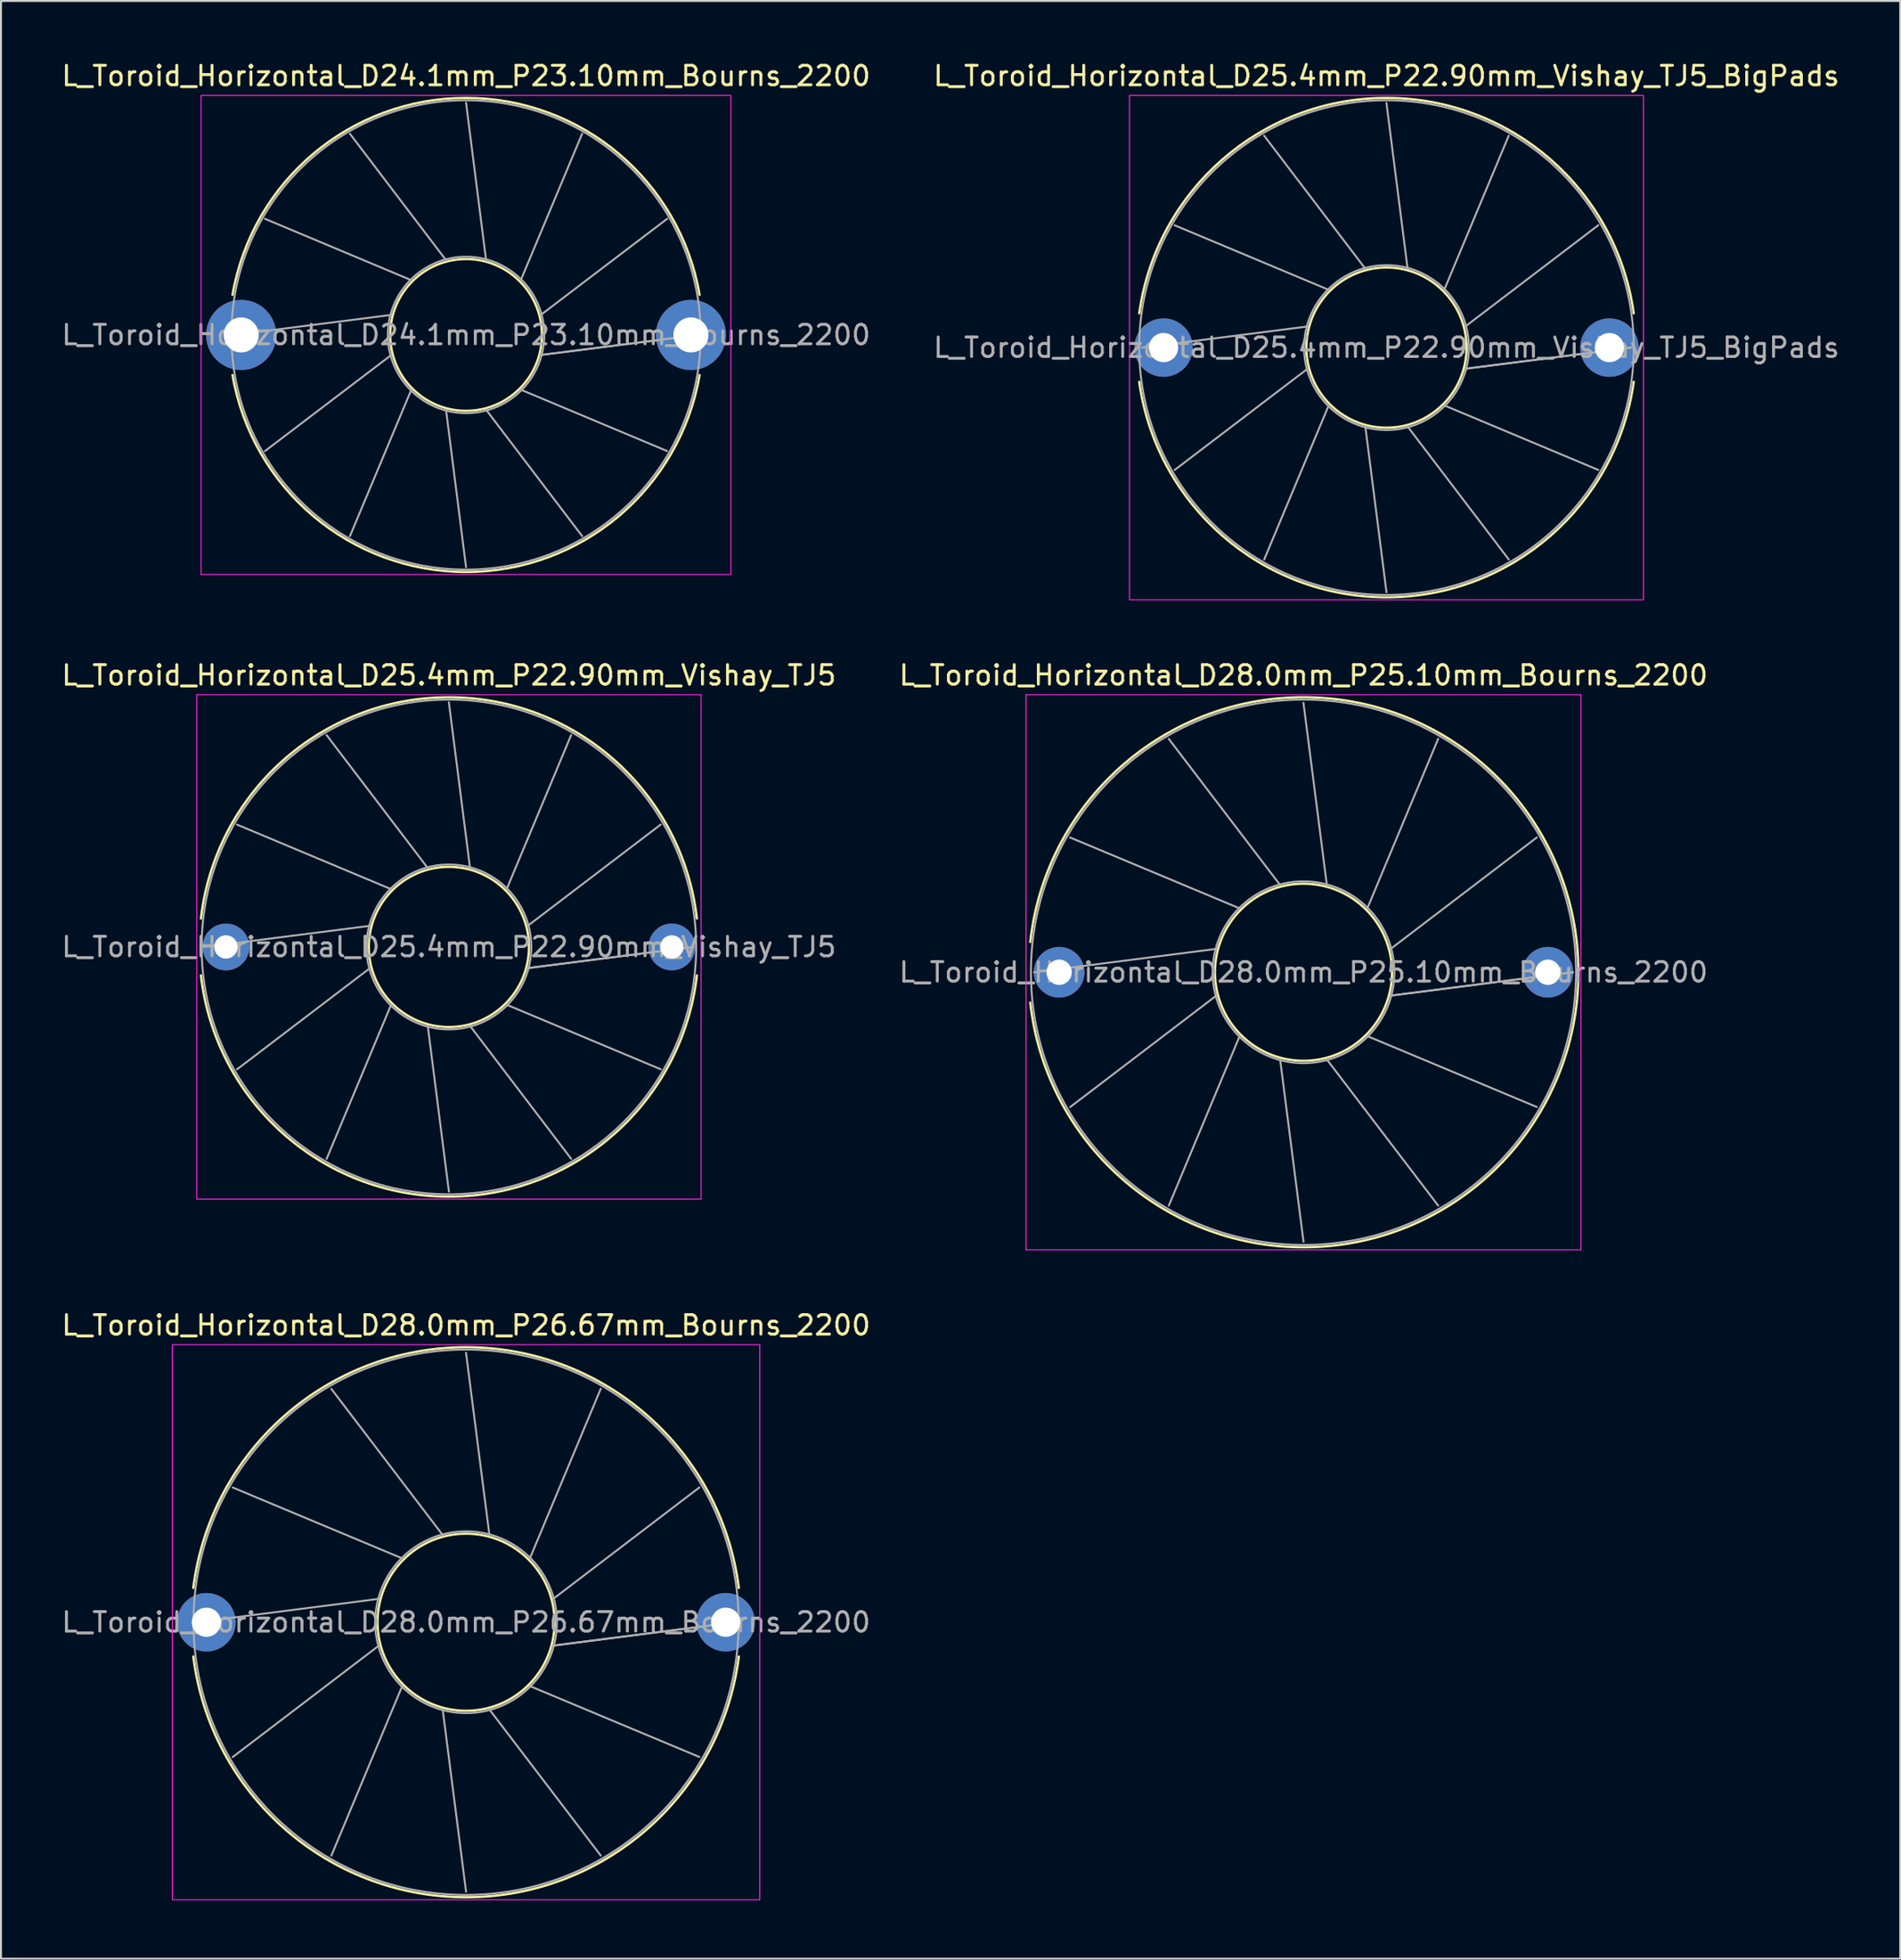
<source format=kicad_pcb>
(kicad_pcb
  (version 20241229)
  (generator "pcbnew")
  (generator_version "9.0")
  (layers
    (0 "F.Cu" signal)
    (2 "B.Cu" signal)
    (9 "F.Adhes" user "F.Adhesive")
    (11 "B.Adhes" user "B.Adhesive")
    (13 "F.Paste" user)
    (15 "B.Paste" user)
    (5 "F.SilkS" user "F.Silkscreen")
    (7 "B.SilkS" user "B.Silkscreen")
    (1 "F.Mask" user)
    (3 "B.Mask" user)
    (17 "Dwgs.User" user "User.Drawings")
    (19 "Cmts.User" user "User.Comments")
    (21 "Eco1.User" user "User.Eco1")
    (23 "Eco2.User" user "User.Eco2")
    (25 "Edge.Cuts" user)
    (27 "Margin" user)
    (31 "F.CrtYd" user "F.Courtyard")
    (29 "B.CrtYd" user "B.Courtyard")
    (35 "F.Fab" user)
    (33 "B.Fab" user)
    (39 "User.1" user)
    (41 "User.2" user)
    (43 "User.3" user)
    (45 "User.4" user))
  (footprint "L_Toroid_Horizontal_D25.4mm_P22.90mm_Vishay_TJ5_BigPads"
    (layer "F.Cu")
    (at 56.711 14.798)
    (property "Reference" "L_Toroid_Horizontal_D25.4mm_P22.90mm_Vishay_TJ5_BigPads" (at 11.45 -13.95 0) (layer "F.SilkS") (effects (font (size 1 1) (thickness 0.15))))
    (attr through_hole)
    (fp_arc (start -1.248614 -1.76) (mid 11.45 -12.82) (end 24.148614 -1.76) (stroke (width 0.12) (type solid)) (layer "F.SilkS"))
    (fp_arc (start 24.148614 1.76) (mid 11.45 12.82) (end -1.248614 1.76) (stroke (width 0.12) (type solid)) (layer "F.SilkS"))
    (fp_circle (center 11.45 0) (end 15.563 0) (stroke (width 0.12) (type solid)) (fill no) (layer "F.SilkS"))
    (fp_rect (start -1.75 -12.95) (end 24.65 12.95) (stroke (width 0.05) (type solid)) (fill no) (layer "F.CrtYd"))
    (fp_line (start -1.114 0.001) (end 7.397 -1.085) (stroke (width 0.1) (type solid)) (layer "F.Fab"))
    (fp_line (start 0.569 -6.281) (end 8.483 -2.966) (stroke (width 0.1) (type solid)) (layer "F.Fab"))
    (fp_line (start 0.57 6.283) (end 7.397 1.086) (stroke (width 0.1) (type solid)) (layer "F.Fab"))
    (fp_line (start 5.167 -10.88) (end 10.364 -4.052) (stroke (width 0.1) (type solid)) (layer "F.Fab"))
    (fp_line (start 5.169 10.881) (end 8.483 2.967) (stroke (width 0.1) (type solid)) (layer "F.Fab"))
    (fp_line (start 11.448 -12.564) (end 12.535 -4.053) (stroke (width 0.1) (type solid)) (layer "F.Fab"))
    (fp_line (start 11.451 12.564) (end 10.364 4.053) (stroke (width 0.1) (type solid)) (layer "F.Fab"))
    (fp_line (start 17.73 -10.881) (end 14.416 -2.967) (stroke (width 0.1) (type solid)) (layer "F.Fab"))
    (fp_line (start 17.732 10.88) (end 12.536 4.053) (stroke (width 0.1) (type solid)) (layer "F.Fab"))
    (fp_line (start 22.329 -6.284) (end 15.502 -1.087) (stroke (width 0.1) (type solid)) (layer "F.Fab"))
    (fp_line (start 22.33 6.282) (end 14.417 2.967) (stroke (width 0.1) (type solid)) (layer "F.Fab"))
    (fp_line (start 24.014 -0.002) (end 15.503 1.085) (stroke (width 0.1) (type solid)) (layer "F.Fab"))
    (fp_line (start 24.014 0) (end 15.503 1.086) (stroke (width 0.1) (type solid)) (layer "F.Fab"))
    (fp_circle (center 11.45 0) (end 15.683 0) (stroke (width 0.1) (type solid)) (fill no) (layer "F.Fab"))
    (fp_circle (center 11.45 0) (end 24.15 0) (stroke (width 0.1) (type solid)) (fill no) (layer "F.Fab"))
    (fp_text user "${REFERENCE}" (at 11.45 0 0) (layer "F.Fab") (effects (font (size 1 1) (thickness 0.15))))
    (pad "1" thru_hole circle (at 0 0) (size 3 3) (drill 1.5) (layers "*.Cu" "*.Mask"))
    (pad "2" thru_hole circle (at 22.9 0) (size 3 3) (drill 1.5) (layers "*.Cu" "*.Mask")))
  (footprint "L_Toroid_Horizontal_D24.1mm_P23.10mm_Bourns_2200"
    (layer "F.Cu")
    (at 9.337 14.148)
    (property "Reference" "L_Toroid_Horizontal_D24.1mm_P23.10mm_Bourns_2200" (at 11.55 -13.3 0) (layer "F.SilkS") (effects (font (size 1 1) (thickness 0.15))))
    (attr through_hole)
    (fp_arc (start -0.444386 -2.06) (mid 11.55 -12.17) (end 23.544386 -2.06) (stroke (width 0.12) (type solid)) (layer "F.SilkS"))
    (fp_arc (start 23.544386 2.06) (mid 11.55 12.17) (end -0.444386 2.06) (stroke (width 0.12) (type solid)) (layer "F.SilkS"))
    (fp_circle (center 11.55 0) (end 15.447 0) (stroke (width 0.12) (type solid)) (fill no) (layer "F.SilkS"))
    (fp_rect (start -2.06 -12.3) (end 25.15 12.3) (stroke (width 0.05) (type solid)) (fill no) (layer "F.CrtYd"))
    (fp_line (start -0.377 0) (end 7.711 -1.029) (stroke (width 0.1) (type solid)) (layer "F.Fab"))
    (fp_line (start 1.221 -5.963) (end 8.74 -2.81) (stroke (width 0.1) (type solid)) (layer "F.Fab"))
    (fp_line (start 1.221 5.963) (end 7.711 1.029) (stroke (width 0.1) (type solid)) (layer "F.Fab"))
    (fp_line (start 5.587 -10.329) (end 10.521 -3.839) (stroke (width 0.1) (type solid)) (layer "F.Fab"))
    (fp_line (start 5.587 10.329) (end 8.74 2.81) (stroke (width 0.1) (type solid)) (layer "F.Fab"))
    (fp_line (start 11.55 -11.927) (end 12.579 -3.839) (stroke (width 0.1) (type solid)) (layer "F.Fab"))
    (fp_line (start 11.55 11.927) (end 10.521 3.839) (stroke (width 0.1) (type solid)) (layer "F.Fab"))
    (fp_line (start 17.513 -10.329) (end 14.36 -2.81) (stroke (width 0.1) (type solid)) (layer "F.Fab"))
    (fp_line (start 17.513 10.329) (end 12.579 3.839) (stroke (width 0.1) (type solid)) (layer "F.Fab"))
    (fp_line (start 21.879 -5.963) (end 15.389 -1.029) (stroke (width 0.1) (type solid)) (layer "F.Fab"))
    (fp_line (start 21.879 5.963) (end 14.36 2.81) (stroke (width 0.1) (type solid)) (layer "F.Fab"))
    (fp_line (start 23.477 0) (end 15.389 1.029) (stroke (width 0.1) (type solid)) (layer "F.Fab"))
    (fp_line (start 23.477 0) (end 15.389 1.029) (stroke (width 0.1) (type solid)) (layer "F.Fab"))
    (fp_circle (center 11.55 0) (end 15.567 0) (stroke (width 0.1) (type solid)) (fill no) (layer "F.Fab"))
    (fp_circle (center 11.55 0) (end 23.6 0) (stroke (width 0.1) (type solid)) (fill no) (layer "F.Fab"))
    (fp_text user "${REFERENCE}" (at 11.55 0 0) (layer "F.Fab") (effects (font (size 1 1) (thickness 0.15))))
    (pad "1" thru_hole circle (at 0 0) (size 3.6 3.6) (drill 1.8) (layers "*.Cu" "*.Mask"))
    (pad "2" thru_hole circle (at 23.1 0) (size 3.6 3.6) (drill 1.8) (layers "*.Cu" "*.Mask")))
  (footprint "L_Toroid_Horizontal_D28.0mm_P25.10mm_Bourns_2200"
    (layer "F.Cu")
    (at 51.349 46.871)
    (property "Reference" "L_Toroid_Horizontal_D28.0mm_P25.10mm_Bourns_2200" (at 12.55 -15.25 0) (layer "F.SilkS") (effects (font (size 1 1) (thickness 0.15))))
    (attr through_hole)
    (fp_arc (start -1.48356 -1.56) (mid 26.67 0) (end -1.48356 1.56) (stroke (width 0.12) (type solid)) (layer "F.SilkS"))
    (fp_circle (center 12.55 0) (end 17.097 0) (stroke (width 0.12) (type solid)) (fill no) (layer "F.SilkS"))
    (fp_line (start -1.7 -14.25) (end -1.7 14.25) (stroke (width 0.05) (type solid)) (layer "F.CrtYd"))
    (fp_line (start -1.7 14.25) (end 26.8 14.25) (stroke (width 0.05) (type solid)) (layer "F.CrtYd"))
    (fp_line (start 26.8 -14.25) (end -1.7 -14.25) (stroke (width 0.05) (type solid)) (layer "F.CrtYd"))
    (fp_line (start 26.8 14.25) (end 26.8 -14.25) (stroke (width 0.05) (type solid)) (layer "F.CrtYd"))
    (fp_line (start -1.288 0.001) (end 8.07 -1.2) (stroke (width 0.1) (type solid)) (layer "F.Fab"))
    (fp_line (start 0.566 -6.918) (end 9.27 -3.279) (stroke (width 0.1) (type solid)) (layer "F.Fab"))
    (fp_line (start 0.567 6.92) (end 8.071 1.201) (stroke (width 0.1) (type solid)) (layer "F.Fab"))
    (fp_line (start 5.63 -11.983) (end 11.349 -4.479) (stroke (width 0.1) (type solid)) (layer "F.Fab"))
    (fp_line (start 5.632 11.984) (end 9.271 3.28) (stroke (width 0.1) (type solid)) (layer "F.Fab"))
    (fp_line (start 12.548 -13.838) (end 13.75 -4.48) (stroke (width 0.1) (type solid)) (layer "F.Fab"))
    (fp_line (start 12.551 13.838) (end 11.35 4.48) (stroke (width 0.1) (type solid)) (layer "F.Fab"))
    (fp_line (start 19.467 -11.985) (end 15.829 -3.28) (stroke (width 0.1) (type solid)) (layer "F.Fab"))
    (fp_line (start 19.469 11.983) (end 13.75 4.48) (stroke (width 0.1) (type solid)) (layer "F.Fab"))
    (fp_line (start 24.533 -6.921) (end 17.029 -1.201) (stroke (width 0.1) (type solid)) (layer "F.Fab"))
    (fp_line (start 24.534 6.919) (end 15.829 3.279) (stroke (width 0.1) (type solid)) (layer "F.Fab"))
    (fp_line (start 26.388 -0.003) (end 17.03 1.199) (stroke (width 0.1) (type solid)) (layer "F.Fab"))
    (fp_line (start 26.388 0) (end 17.03 1.2) (stroke (width 0.1) (type solid)) (layer "F.Fab"))
    (fp_circle (center 12.55 0) (end 17.217 0) (stroke (width 0.1) (type solid)) (fill no) (layer "F.Fab"))
    (fp_circle (center 12.55 0) (end 26.55 0) (stroke (width 0.1) (type solid)) (fill no) (layer "F.Fab"))
    (fp_text user "${REFERENCE}" (at 12.55 0 0) (layer "F.Fab") (effects (font (size 1 1) (thickness 0.15))))
    (pad "1" thru_hole circle (at 0 0) (size 2.6 2.6) (drill 1.3) (layers "*.Cu" "*.Mask"))
    (pad "2" thru_hole circle (at 25.1 0) (size 2.6 2.6) (drill 1.3) (layers "*.Cu" "*.Mask")))
  (footprint "L_Toroid_Horizontal_D28.0mm_P26.67mm_Bourns_2200"
    (layer "F.Cu")
    (at 7.552 80.245)
    (property "Reference" "L_Toroid_Horizontal_D28.0mm_P26.67mm_Bourns_2200" (at 13.335 -15.25 0) (layer "F.SilkS") (effects (font (size 1 1) (thickness 0.15))))
    (attr through_hole)
    (fp_arc (start -0.674882 -1.76) (mid 13.335 -14.12) (end 27.344882 -1.76) (stroke (width 0.12) (type solid)) (layer "F.SilkS"))
    (fp_arc (start 27.344882 1.76) (mid 13.335 14.12) (end -0.674882 1.76) (stroke (width 0.12) (type solid)) (layer "F.SilkS"))
    (fp_circle (center 13.335 0) (end 17.882 0) (stroke (width 0.12) (type solid)) (fill no) (layer "F.SilkS"))
    (fp_rect (start -1.75 -14.25) (end 28.42 14.25) (stroke (width 0.05) (type solid)) (fill no) (layer "F.CrtYd"))
    (fp_line (start -0.503 0.001) (end 8.855 -1.2) (stroke (width 0.1) (type solid)) (layer "F.Fab"))
    (fp_line (start 1.351 -6.918) (end 10.055 -3.279) (stroke (width 0.1) (type solid)) (layer "F.Fab"))
    (fp_line (start 1.352 6.92) (end 8.856 1.201) (stroke (width 0.1) (type solid)) (layer "F.Fab"))
    (fp_line (start 6.415 -11.983) (end 12.134 -4.479) (stroke (width 0.1) (type solid)) (layer "F.Fab"))
    (fp_line (start 6.417 11.984) (end 10.056 3.28) (stroke (width 0.1) (type solid)) (layer "F.Fab"))
    (fp_line (start 13.333 -13.838) (end 14.535 -4.48) (stroke (width 0.1) (type solid)) (layer "F.Fab"))
    (fp_line (start 13.336 13.838) (end 12.135 4.48) (stroke (width 0.1) (type solid)) (layer "F.Fab"))
    (fp_line (start 20.252 -11.985) (end 16.614 -3.28) (stroke (width 0.1) (type solid)) (layer "F.Fab"))
    (fp_line (start 20.254 11.983) (end 14.535 4.48) (stroke (width 0.1) (type solid)) (layer "F.Fab"))
    (fp_line (start 25.318 -6.921) (end 17.814 -1.201) (stroke (width 0.1) (type solid)) (layer "F.Fab"))
    (fp_line (start 25.319 6.919) (end 16.614 3.279) (stroke (width 0.1) (type solid)) (layer "F.Fab"))
    (fp_line (start 27.173 -0.003) (end 17.815 1.199) (stroke (width 0.1) (type solid)) (layer "F.Fab"))
    (fp_line (start 27.173 0) (end 17.815 1.2) (stroke (width 0.1) (type solid)) (layer "F.Fab"))
    (fp_circle (center 13.335 0) (end 18.002 0) (stroke (width 0.1) (type solid)) (fill no) (layer "F.Fab"))
    (fp_circle (center 13.335 0) (end 27.335 0) (stroke (width 0.1) (type solid)) (fill no) (layer "F.Fab"))
    (fp_text user "${REFERENCE}" (at 13.335 0 0) (layer "F.Fab") (effects (font (size 1 1) (thickness 0.15))))
    (pad "1" thru_hole circle (at 0 0) (size 3 3) (drill 1.5) (layers "*.Cu" "*.Mask"))
    (pad "2" thru_hole circle (at 26.67 0) (size 3 3) (drill 1.5) (layers "*.Cu" "*.Mask")))
  (footprint "L_Toroid_Horizontal_D25.4mm_P22.90mm_Vishay_TJ5"
    (layer "F.Cu")
    (at 8.556 45.572)
    (property "Reference" "L_Toroid_Horizontal_D25.4mm_P22.90mm_Vishay_TJ5" (at 11.45 -13.95 0) (layer "F.SilkS") (effects (font (size 1 1) (thickness 0.15))))
    (attr through_hole)
    (fp_arc (start -1.286593 -1.46) (mid 11.45 -12.82) (end 24.186593 -1.46) (stroke (width 0.12) (type solid)) (layer "F.SilkS"))
    (fp_arc (start 24.186593 1.46) (mid 11.45 12.82) (end -1.286593 1.46) (stroke (width 0.12) (type solid)) (layer "F.SilkS"))
    (fp_circle (center 11.45 0) (end 15.563 0) (stroke (width 0.12) (type solid)) (fill no) (layer "F.SilkS"))
    (fp_line (start -1.5 -12.95) (end -1.5 12.95) (stroke (width 0.05) (type solid)) (layer "F.CrtYd"))
    (fp_line (start -1.5 12.95) (end 24.4 12.95) (stroke (width 0.05) (type solid)) (layer "F.CrtYd"))
    (fp_line (start 24.4 -12.95) (end -1.5 -12.95) (stroke (width 0.05) (type solid)) (layer "F.CrtYd"))
    (fp_line (start 24.4 12.95) (end 24.4 -12.95) (stroke (width 0.05) (type solid)) (layer "F.CrtYd"))
    (fp_line (start -1.114 0.001) (end 7.397 -1.085) (stroke (width 0.1) (type solid)) (layer "F.Fab"))
    (fp_line (start 0.569 -6.281) (end 8.483 -2.966) (stroke (width 0.1) (type solid)) (layer "F.Fab"))
    (fp_line (start 0.57 6.283) (end 7.397 1.086) (stroke (width 0.1) (type solid)) (layer "F.Fab"))
    (fp_line (start 5.167 -10.88) (end 10.364 -4.052) (stroke (width 0.1) (type solid)) (layer "F.Fab"))
    (fp_line (start 5.169 10.881) (end 8.483 2.967) (stroke (width 0.1) (type solid)) (layer "F.Fab"))
    (fp_line (start 11.448 -12.564) (end 12.535 -4.053) (stroke (width 0.1) (type solid)) (layer "F.Fab"))
    (fp_line (start 11.451 12.564) (end 10.364 4.053) (stroke (width 0.1) (type solid)) (layer "F.Fab"))
    (fp_line (start 17.73 -10.881) (end 14.416 -2.967) (stroke (width 0.1) (type solid)) (layer "F.Fab"))
    (fp_line (start 17.732 10.88) (end 12.536 4.053) (stroke (width 0.1) (type solid)) (layer "F.Fab"))
    (fp_line (start 22.329 -6.284) (end 15.502 -1.087) (stroke (width 0.1) (type solid)) (layer "F.Fab"))
    (fp_line (start 22.33 6.282) (end 14.417 2.967) (stroke (width 0.1) (type solid)) (layer "F.Fab"))
    (fp_line (start 24.014 -0.002) (end 15.503 1.085) (stroke (width 0.1) (type solid)) (layer "F.Fab"))
    (fp_line (start 24.014 0) (end 15.503 1.086) (stroke (width 0.1) (type solid)) (layer "F.Fab"))
    (fp_circle (center 11.45 0) (end 15.683 0) (stroke (width 0.1) (type solid)) (fill no) (layer "F.Fab"))
    (fp_circle (center 11.45 0) (end 24.15 0) (stroke (width 0.1) (type solid)) (fill no) (layer "F.Fab"))
    (fp_text user "${REFERENCE}" (at 11.45 0 0) (layer "F.Fab") (effects (font (size 1 1) (thickness 0.15))))
    (pad "1" thru_hole circle (at 0 0) (size 2.4 2.4) (drill 1.2) (layers "*.Cu" "*.Mask"))
    (pad "2" thru_hole circle (at 22.9 0) (size 2.4 2.4) (drill 1.2) (layers "*.Cu" "*.Mask")))
  (gr_rect
    (start -3 -3)
    (end 94.548 97.52)
    (stroke (width 0.1) (type default))
    (fill no)
    (layer "Edge.Cuts")))
</source>
